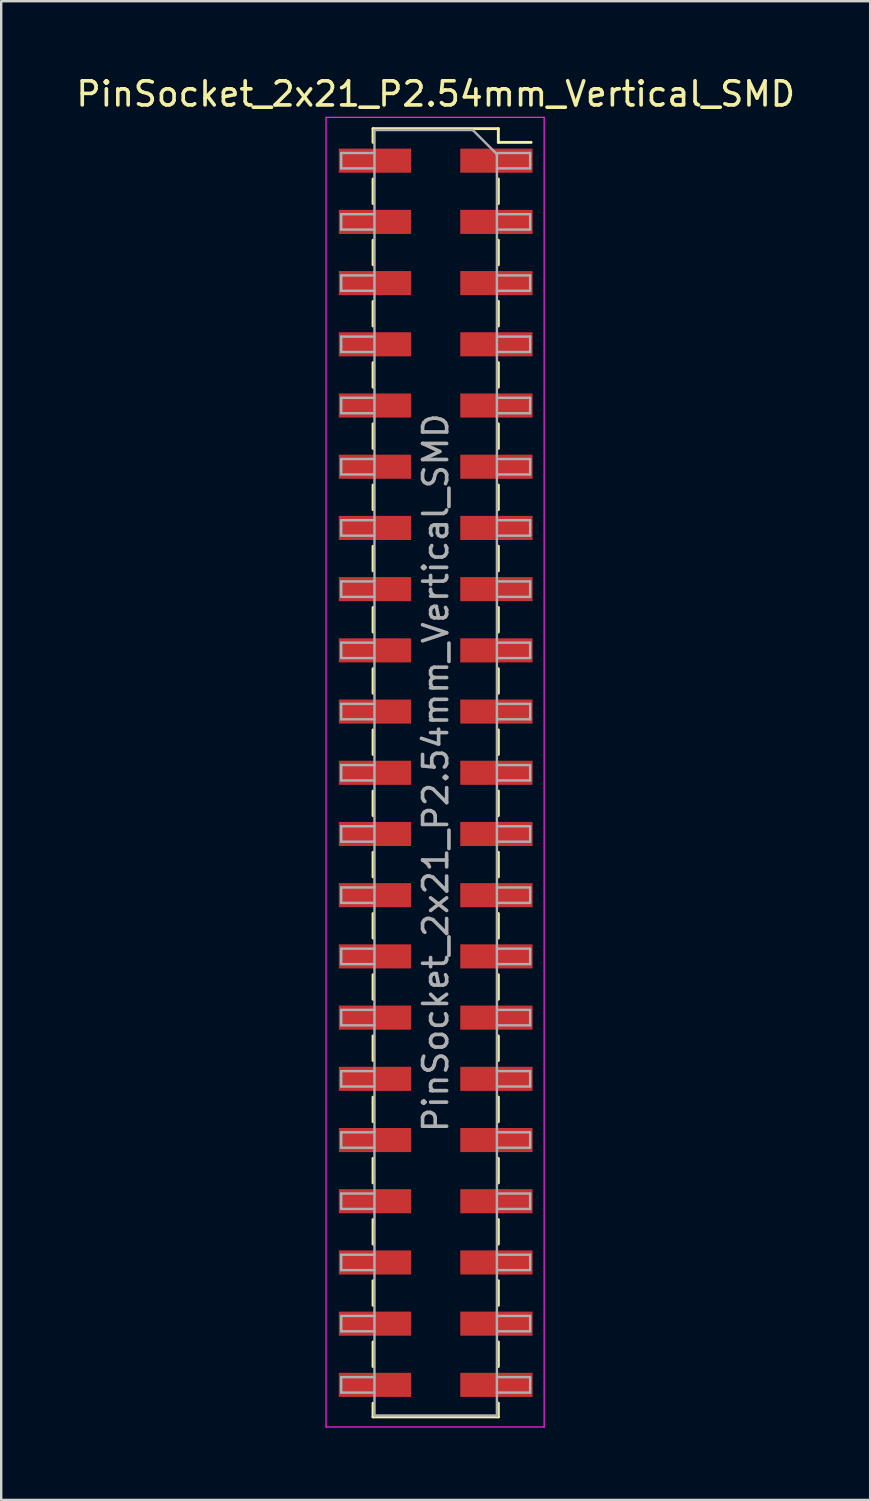
<source format=kicad_pcb>
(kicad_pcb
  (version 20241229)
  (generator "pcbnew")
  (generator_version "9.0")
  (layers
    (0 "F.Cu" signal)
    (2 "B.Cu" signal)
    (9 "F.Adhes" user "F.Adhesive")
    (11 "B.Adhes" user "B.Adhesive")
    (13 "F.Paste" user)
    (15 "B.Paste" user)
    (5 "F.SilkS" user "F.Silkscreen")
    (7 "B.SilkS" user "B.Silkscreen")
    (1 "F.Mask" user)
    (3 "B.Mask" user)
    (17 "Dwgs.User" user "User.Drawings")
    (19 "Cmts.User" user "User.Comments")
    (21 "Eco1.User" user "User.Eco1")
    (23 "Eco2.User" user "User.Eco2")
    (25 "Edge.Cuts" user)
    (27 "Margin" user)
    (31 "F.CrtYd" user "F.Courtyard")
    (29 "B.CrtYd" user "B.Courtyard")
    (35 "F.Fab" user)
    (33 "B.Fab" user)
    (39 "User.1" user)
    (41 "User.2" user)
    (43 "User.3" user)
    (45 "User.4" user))
  (footprint "PinSocket_2x21_P2.54mm_Vertical_SMD"
    (layer "F.Cu")
    (at 15.03 29.018)
    (property "Reference" "PinSocket_2x21_P2.54mm_Vertical_SMD" (at 0 -28.17 0) (layer "F.SilkS") (effects (font (size 1 1) (thickness 0.15))))
    (attr smd)
    (fp_line (start -2.6 -26.73) (end -2.6 -26.16) (stroke (width 0.12) (type solid)) (layer "F.SilkS"))
    (fp_line (start -2.6 -26.73) (end 2.6 -26.73) (stroke (width 0.12) (type solid)) (layer "F.SilkS"))
    (fp_line (start -2.6 -24.64) (end -2.6 -23.62) (stroke (width 0.12) (type solid)) (layer "F.SilkS"))
    (fp_line (start -2.6 -22.1) (end -2.6 -21.08) (stroke (width 0.12) (type solid)) (layer "F.SilkS"))
    (fp_line (start -2.6 -19.56) (end -2.6 -18.54) (stroke (width 0.12) (type solid)) (layer "F.SilkS"))
    (fp_line (start -2.6 -17.02) (end -2.6 -16) (stroke (width 0.12) (type solid)) (layer "F.SilkS"))
    (fp_line (start -2.6 -14.48) (end -2.6 -13.46) (stroke (width 0.12) (type solid)) (layer "F.SilkS"))
    (fp_line (start -2.6 -11.94) (end -2.6 -10.92) (stroke (width 0.12) (type solid)) (layer "F.SilkS"))
    (fp_line (start -2.6 -9.4) (end -2.6 -8.38) (stroke (width 0.12) (type solid)) (layer "F.SilkS"))
    (fp_line (start -2.6 -6.86) (end -2.6 -5.84) (stroke (width 0.12) (type solid)) (layer "F.SilkS"))
    (fp_line (start -2.6 -4.32) (end -2.6 -3.3) (stroke (width 0.12) (type solid)) (layer "F.SilkS"))
    (fp_line (start -2.6 -1.78) (end -2.6 -0.76) (stroke (width 0.12) (type solid)) (layer "F.SilkS"))
    (fp_line (start -2.6 0.76) (end -2.6 1.78) (stroke (width 0.12) (type solid)) (layer "F.SilkS"))
    (fp_line (start -2.6 3.3) (end -2.6 4.32) (stroke (width 0.12) (type solid)) (layer "F.SilkS"))
    (fp_line (start -2.6 5.84) (end -2.6 6.86) (stroke (width 0.12) (type solid)) (layer "F.SilkS"))
    (fp_line (start -2.6 8.38) (end -2.6 9.4) (stroke (width 0.12) (type solid)) (layer "F.SilkS"))
    (fp_line (start -2.6 10.92) (end -2.6 11.94) (stroke (width 0.12) (type solid)) (layer "F.SilkS"))
    (fp_line (start -2.6 13.46) (end -2.6 14.48) (stroke (width 0.12) (type solid)) (layer "F.SilkS"))
    (fp_line (start -2.6 16) (end -2.6 17.02) (stroke (width 0.12) (type solid)) (layer "F.SilkS"))
    (fp_line (start -2.6 18.54) (end -2.6 19.56) (stroke (width 0.12) (type solid)) (layer "F.SilkS"))
    (fp_line (start -2.6 21.08) (end -2.6 22.1) (stroke (width 0.12) (type solid)) (layer "F.SilkS"))
    (fp_line (start -2.6 23.62) (end -2.6 24.64) (stroke (width 0.12) (type solid)) (layer "F.SilkS"))
    (fp_line (start -2.6 26.16) (end -2.6 26.73) (stroke (width 0.12) (type solid)) (layer "F.SilkS"))
    (fp_line (start -2.6 26.73) (end 2.6 26.73) (stroke (width 0.12) (type solid)) (layer "F.SilkS"))
    (fp_line (start 2.6 -26.73) (end 2.6 -26.16) (stroke (width 0.12) (type solid)) (layer "F.SilkS"))
    (fp_line (start 2.6 -26.16) (end 3.96 -26.16) (stroke (width 0.12) (type solid)) (layer "F.SilkS"))
    (fp_line (start 2.6 -24.64) (end 2.6 -23.62) (stroke (width 0.12) (type solid)) (layer "F.SilkS"))
    (fp_line (start 2.6 -22.1) (end 2.6 -21.08) (stroke (width 0.12) (type solid)) (layer "F.SilkS"))
    (fp_line (start 2.6 -19.56) (end 2.6 -18.54) (stroke (width 0.12) (type solid)) (layer "F.SilkS"))
    (fp_line (start 2.6 -17.02) (end 2.6 -16) (stroke (width 0.12) (type solid)) (layer "F.SilkS"))
    (fp_line (start 2.6 -14.48) (end 2.6 -13.46) (stroke (width 0.12) (type solid)) (layer "F.SilkS"))
    (fp_line (start 2.6 -11.94) (end 2.6 -10.92) (stroke (width 0.12) (type solid)) (layer "F.SilkS"))
    (fp_line (start 2.6 -9.4) (end 2.6 -8.38) (stroke (width 0.12) (type solid)) (layer "F.SilkS"))
    (fp_line (start 2.6 -6.86) (end 2.6 -5.84) (stroke (width 0.12) (type solid)) (layer "F.SilkS"))
    (fp_line (start 2.6 -4.32) (end 2.6 -3.3) (stroke (width 0.12) (type solid)) (layer "F.SilkS"))
    (fp_line (start 2.6 -1.78) (end 2.6 -0.76) (stroke (width 0.12) (type solid)) (layer "F.SilkS"))
    (fp_line (start 2.6 0.76) (end 2.6 1.78) (stroke (width 0.12) (type solid)) (layer "F.SilkS"))
    (fp_line (start 2.6 3.3) (end 2.6 4.32) (stroke (width 0.12) (type solid)) (layer "F.SilkS"))
    (fp_line (start 2.6 5.84) (end 2.6 6.86) (stroke (width 0.12) (type solid)) (layer "F.SilkS"))
    (fp_line (start 2.6 8.38) (end 2.6 9.4) (stroke (width 0.12) (type solid)) (layer "F.SilkS"))
    (fp_line (start 2.6 10.92) (end 2.6 11.94) (stroke (width 0.12) (type solid)) (layer "F.SilkS"))
    (fp_line (start 2.6 13.46) (end 2.6 14.48) (stroke (width 0.12) (type solid)) (layer "F.SilkS"))
    (fp_line (start 2.6 16) (end 2.6 17.02) (stroke (width 0.12) (type solid)) (layer "F.SilkS"))
    (fp_line (start 2.6 18.54) (end 2.6 19.56) (stroke (width 0.12) (type solid)) (layer "F.SilkS"))
    (fp_line (start 2.6 21.08) (end 2.6 22.1) (stroke (width 0.12) (type solid)) (layer "F.SilkS"))
    (fp_line (start 2.6 23.62) (end 2.6 24.64) (stroke (width 0.12) (type solid)) (layer "F.SilkS"))
    (fp_line (start 2.6 26.16) (end 2.6 26.73) (stroke (width 0.12) (type solid)) (layer "F.SilkS"))
    (fp_line (start -4.55 -27.2) (end 4.5 -27.2) (stroke (width 0.05) (type solid)) (layer "F.CrtYd"))
    (fp_line (start -4.55 27.15) (end -4.55 -27.2) (stroke (width 0.05) (type solid)) (layer "F.CrtYd"))
    (fp_line (start 4.5 -27.2) (end 4.5 27.15) (stroke (width 0.05) (type solid)) (layer "F.CrtYd"))
    (fp_line (start 4.5 27.15) (end -4.55 27.15) (stroke (width 0.05) (type solid)) (layer "F.CrtYd"))
    (fp_line (start -3.92 -25.72) (end -2.54 -25.72) (stroke (width 0.1) (type solid)) (layer "F.Fab"))
    (fp_line (start -3.92 -25.08) (end -3.92 -25.72) (stroke (width 0.1) (type solid)) (layer "F.Fab"))
    (fp_line (start -3.92 -23.18) (end -2.54 -23.18) (stroke (width 0.1) (type solid)) (layer "F.Fab"))
    (fp_line (start -3.92 -22.54) (end -3.92 -23.18) (stroke (width 0.1) (type solid)) (layer "F.Fab"))
    (fp_line (start -3.92 -20.64) (end -2.54 -20.64) (stroke (width 0.1) (type solid)) (layer "F.Fab"))
    (fp_line (start -3.92 -20) (end -3.92 -20.64) (stroke (width 0.1) (type solid)) (layer "F.Fab"))
    (fp_line (start -3.92 -18.1) (end -2.54 -18.1) (stroke (width 0.1) (type solid)) (layer "F.Fab"))
    (fp_line (start -3.92 -17.46) (end -3.92 -18.1) (stroke (width 0.1) (type solid)) (layer "F.Fab"))
    (fp_line (start -3.92 -15.56) (end -2.54 -15.56) (stroke (width 0.1) (type solid)) (layer "F.Fab"))
    (fp_line (start -3.92 -14.92) (end -3.92 -15.56) (stroke (width 0.1) (type solid)) (layer "F.Fab"))
    (fp_line (start -3.92 -13.02) (end -2.54 -13.02) (stroke (width 0.1) (type solid)) (layer "F.Fab"))
    (fp_line (start -3.92 -12.38) (end -3.92 -13.02) (stroke (width 0.1) (type solid)) (layer "F.Fab"))
    (fp_line (start -3.92 -10.48) (end -2.54 -10.48) (stroke (width 0.1) (type solid)) (layer "F.Fab"))
    (fp_line (start -3.92 -9.84) (end -3.92 -10.48) (stroke (width 0.1) (type solid)) (layer "F.Fab"))
    (fp_line (start -3.92 -7.94) (end -2.54 -7.94) (stroke (width 0.1) (type solid)) (layer "F.Fab"))
    (fp_line (start -3.92 -7.3) (end -3.92 -7.94) (stroke (width 0.1) (type solid)) (layer "F.Fab"))
    (fp_line (start -3.92 -5.4) (end -2.54 -5.4) (stroke (width 0.1) (type solid)) (layer "F.Fab"))
    (fp_line (start -3.92 -4.76) (end -3.92 -5.4) (stroke (width 0.1) (type solid)) (layer "F.Fab"))
    (fp_line (start -3.92 -2.86) (end -2.54 -2.86) (stroke (width 0.1) (type solid)) (layer "F.Fab"))
    (fp_line (start -3.92 -2.22) (end -3.92 -2.86) (stroke (width 0.1) (type solid)) (layer "F.Fab"))
    (fp_line (start -3.92 -0.32) (end -2.54 -0.32) (stroke (width 0.1) (type solid)) (layer "F.Fab"))
    (fp_line (start -3.92 0.32) (end -3.92 -0.32) (stroke (width 0.1) (type solid)) (layer "F.Fab"))
    (fp_line (start -3.92 2.22) (end -2.54 2.22) (stroke (width 0.1) (type solid)) (layer "F.Fab"))
    (fp_line (start -3.92 2.86) (end -3.92 2.22) (stroke (width 0.1) (type solid)) (layer "F.Fab"))
    (fp_line (start -3.92 4.76) (end -2.54 4.76) (stroke (width 0.1) (type solid)) (layer "F.Fab"))
    (fp_line (start -3.92 5.4) (end -3.92 4.76) (stroke (width 0.1) (type solid)) (layer "F.Fab"))
    (fp_line (start -3.92 7.3) (end -2.54 7.3) (stroke (width 0.1) (type solid)) (layer "F.Fab"))
    (fp_line (start -3.92 7.94) (end -3.92 7.3) (stroke (width 0.1) (type solid)) (layer "F.Fab"))
    (fp_line (start -3.92 9.84) (end -2.54 9.84) (stroke (width 0.1) (type solid)) (layer "F.Fab"))
    (fp_line (start -3.92 10.48) (end -3.92 9.84) (stroke (width 0.1) (type solid)) (layer "F.Fab"))
    (fp_line (start -3.92 12.38) (end -2.54 12.38) (stroke (width 0.1) (type solid)) (layer "F.Fab"))
    (fp_line (start -3.92 13.02) (end -3.92 12.38) (stroke (width 0.1) (type solid)) (layer "F.Fab"))
    (fp_line (start -3.92 14.92) (end -2.54 14.92) (stroke (width 0.1) (type solid)) (layer "F.Fab"))
    (fp_line (start -3.92 15.56) (end -3.92 14.92) (stroke (width 0.1) (type solid)) (layer "F.Fab"))
    (fp_line (start -3.92 17.46) (end -2.54 17.46) (stroke (width 0.1) (type solid)) (layer "F.Fab"))
    (fp_line (start -3.92 18.1) (end -3.92 17.46) (stroke (width 0.1) (type solid)) (layer "F.Fab"))
    (fp_line (start -3.92 20) (end -2.54 20) (stroke (width 0.1) (type solid)) (layer "F.Fab"))
    (fp_line (start -3.92 20.64) (end -3.92 20) (stroke (width 0.1) (type solid)) (layer "F.Fab"))
    (fp_line (start -3.92 22.54) (end -2.54 22.54) (stroke (width 0.1) (type solid)) (layer "F.Fab"))
    (fp_line (start -3.92 23.18) (end -3.92 22.54) (stroke (width 0.1) (type solid)) (layer "F.Fab"))
    (fp_line (start -3.92 25.08) (end -2.54 25.08) (stroke (width 0.1) (type solid)) (layer "F.Fab"))
    (fp_line (start -3.92 25.72) (end -3.92 25.08) (stroke (width 0.1) (type solid)) (layer "F.Fab"))
    (fp_line (start -2.54 -26.67) (end 1.54 -26.67) (stroke (width 0.1) (type solid)) (layer "F.Fab"))
    (fp_line (start -2.54 -25.08) (end -3.92 -25.08) (stroke (width 0.1) (type solid)) (layer "F.Fab"))
    (fp_line (start -2.54 -22.54) (end -3.92 -22.54) (stroke (width 0.1) (type solid)) (layer "F.Fab"))
    (fp_line (start -2.54 -20) (end -3.92 -20) (stroke (width 0.1) (type solid)) (layer "F.Fab"))
    (fp_line (start -2.54 -17.46) (end -3.92 -17.46) (stroke (width 0.1) (type solid)) (layer "F.Fab"))
    (fp_line (start -2.54 -14.92) (end -3.92 -14.92) (stroke (width 0.1) (type solid)) (layer "F.Fab"))
    (fp_line (start -2.54 -12.38) (end -3.92 -12.38) (stroke (width 0.1) (type solid)) (layer "F.Fab"))
    (fp_line (start -2.54 -9.84) (end -3.92 -9.84) (stroke (width 0.1) (type solid)) (layer "F.Fab"))
    (fp_line (start -2.54 -7.3) (end -3.92 -7.3) (stroke (width 0.1) (type solid)) (layer "F.Fab"))
    (fp_line (start -2.54 -4.76) (end -3.92 -4.76) (stroke (width 0.1) (type solid)) (layer "F.Fab"))
    (fp_line (start -2.54 -2.22) (end -3.92 -2.22) (stroke (width 0.1) (type solid)) (layer "F.Fab"))
    (fp_line (start -2.54 0.32) (end -3.92 0.32) (stroke (width 0.1) (type solid)) (layer "F.Fab"))
    (fp_line (start -2.54 2.86) (end -3.92 2.86) (stroke (width 0.1) (type solid)) (layer "F.Fab"))
    (fp_line (start -2.54 5.4) (end -3.92 5.4) (stroke (width 0.1) (type solid)) (layer "F.Fab"))
    (fp_line (start -2.54 7.94) (end -3.92 7.94) (stroke (width 0.1) (type solid)) (layer "F.Fab"))
    (fp_line (start -2.54 10.48) (end -3.92 10.48) (stroke (width 0.1) (type solid)) (layer "F.Fab"))
    (fp_line (start -2.54 13.02) (end -3.92 13.02) (stroke (width 0.1) (type solid)) (layer "F.Fab"))
    (fp_line (start -2.54 15.56) (end -3.92 15.56) (stroke (width 0.1) (type solid)) (layer "F.Fab"))
    (fp_line (start -2.54 18.1) (end -3.92 18.1) (stroke (width 0.1) (type solid)) (layer "F.Fab"))
    (fp_line (start -2.54 20.64) (end -3.92 20.64) (stroke (width 0.1) (type solid)) (layer "F.Fab"))
    (fp_line (start -2.54 23.18) (end -3.92 23.18) (stroke (width 0.1) (type solid)) (layer "F.Fab"))
    (fp_line (start -2.54 25.72) (end -3.92 25.72) (stroke (width 0.1) (type solid)) (layer "F.Fab"))
    (fp_line (start -2.54 26.67) (end -2.54 -26.67) (stroke (width 0.1) (type solid)) (layer "F.Fab"))
    (fp_line (start 1.54 -26.67) (end 2.54 -25.67) (stroke (width 0.1) (type solid)) (layer "F.Fab"))
    (fp_line (start 2.54 -25.72) (end 3.92 -25.72) (stroke (width 0.1) (type solid)) (layer "F.Fab"))
    (fp_line (start 2.54 -25.67) (end 2.54 26.67) (stroke (width 0.1) (type solid)) (layer "F.Fab"))
    (fp_line (start 2.54 -23.18) (end 3.92 -23.18) (stroke (width 0.1) (type solid)) (layer "F.Fab"))
    (fp_line (start 2.54 -20.64) (end 3.92 -20.64) (stroke (width 0.1) (type solid)) (layer "F.Fab"))
    (fp_line (start 2.54 -18.1) (end 3.92 -18.1) (stroke (width 0.1) (type solid)) (layer "F.Fab"))
    (fp_line (start 2.54 -15.56) (end 3.92 -15.56) (stroke (width 0.1) (type solid)) (layer "F.Fab"))
    (fp_line (start 2.54 -13.02) (end 3.92 -13.02) (stroke (width 0.1) (type solid)) (layer "F.Fab"))
    (fp_line (start 2.54 -10.48) (end 3.92 -10.48) (stroke (width 0.1) (type solid)) (layer "F.Fab"))
    (fp_line (start 2.54 -7.94) (end 3.92 -7.94) (stroke (width 0.1) (type solid)) (layer "F.Fab"))
    (fp_line (start 2.54 -5.4) (end 3.92 -5.4) (stroke (width 0.1) (type solid)) (layer "F.Fab"))
    (fp_line (start 2.54 -2.86) (end 3.92 -2.86) (stroke (width 0.1) (type solid)) (layer "F.Fab"))
    (fp_line (start 2.54 -0.32) (end 3.92 -0.32) (stroke (width 0.1) (type solid)) (layer "F.Fab"))
    (fp_line (start 2.54 2.22) (end 3.92 2.22) (stroke (width 0.1) (type solid)) (layer "F.Fab"))
    (fp_line (start 2.54 4.76) (end 3.92 4.76) (stroke (width 0.1) (type solid)) (layer "F.Fab"))
    (fp_line (start 2.54 7.3) (end 3.92 7.3) (stroke (width 0.1) (type solid)) (layer "F.Fab"))
    (fp_line (start 2.54 9.84) (end 3.92 9.84) (stroke (width 0.1) (type solid)) (layer "F.Fab"))
    (fp_line (start 2.54 12.38) (end 3.92 12.38) (stroke (width 0.1) (type solid)) (layer "F.Fab"))
    (fp_line (start 2.54 14.92) (end 3.92 14.92) (stroke (width 0.1) (type solid)) (layer "F.Fab"))
    (fp_line (start 2.54 17.46) (end 3.92 17.46) (stroke (width 0.1) (type solid)) (layer "F.Fab"))
    (fp_line (start 2.54 20) (end 3.92 20) (stroke (width 0.1) (type solid)) (layer "F.Fab"))
    (fp_line (start 2.54 22.54) (end 3.92 22.54) (stroke (width 0.1) (type solid)) (layer "F.Fab"))
    (fp_line (start 2.54 25.08) (end 3.92 25.08) (stroke (width 0.1) (type solid)) (layer "F.Fab"))
    (fp_line (start 2.54 26.67) (end -2.54 26.67) (stroke (width 0.1) (type solid)) (layer "F.Fab"))
    (fp_line (start 3.92 -25.72) (end 3.92 -25.08) (stroke (width 0.1) (type solid)) (layer "F.Fab"))
    (fp_line (start 3.92 -25.08) (end 2.54 -25.08) (stroke (width 0.1) (type solid)) (layer "F.Fab"))
    (fp_line (start 3.92 -23.18) (end 3.92 -22.54) (stroke (width 0.1) (type solid)) (layer "F.Fab"))
    (fp_line (start 3.92 -22.54) (end 2.54 -22.54) (stroke (width 0.1) (type solid)) (layer "F.Fab"))
    (fp_line (start 3.92 -20.64) (end 3.92 -20) (stroke (width 0.1) (type solid)) (layer "F.Fab"))
    (fp_line (start 3.92 -20) (end 2.54 -20) (stroke (width 0.1) (type solid)) (layer "F.Fab"))
    (fp_line (start 3.92 -18.1) (end 3.92 -17.46) (stroke (width 0.1) (type solid)) (layer "F.Fab"))
    (fp_line (start 3.92 -17.46) (end 2.54 -17.46) (stroke (width 0.1) (type solid)) (layer "F.Fab"))
    (fp_line (start 3.92 -15.56) (end 3.92 -14.92) (stroke (width 0.1) (type solid)) (layer "F.Fab"))
    (fp_line (start 3.92 -14.92) (end 2.54 -14.92) (stroke (width 0.1) (type solid)) (layer "F.Fab"))
    (fp_line (start 3.92 -13.02) (end 3.92 -12.38) (stroke (width 0.1) (type solid)) (layer "F.Fab"))
    (fp_line (start 3.92 -12.38) (end 2.54 -12.38) (stroke (width 0.1) (type solid)) (layer "F.Fab"))
    (fp_line (start 3.92 -10.48) (end 3.92 -9.84) (stroke (width 0.1) (type solid)) (layer "F.Fab"))
    (fp_line (start 3.92 -9.84) (end 2.54 -9.84) (stroke (width 0.1) (type solid)) (layer "F.Fab"))
    (fp_line (start 3.92 -7.94) (end 3.92 -7.3) (stroke (width 0.1) (type solid)) (layer "F.Fab"))
    (fp_line (start 3.92 -7.3) (end 2.54 -7.3) (stroke (width 0.1) (type solid)) (layer "F.Fab"))
    (fp_line (start 3.92 -5.4) (end 3.92 -4.76) (stroke (width 0.1) (type solid)) (layer "F.Fab"))
    (fp_line (start 3.92 -4.76) (end 2.54 -4.76) (stroke (width 0.1) (type solid)) (layer "F.Fab"))
    (fp_line (start 3.92 -2.86) (end 3.92 -2.22) (stroke (width 0.1) (type solid)) (layer "F.Fab"))
    (fp_line (start 3.92 -2.22) (end 2.54 -2.22) (stroke (width 0.1) (type solid)) (layer "F.Fab"))
    (fp_line (start 3.92 -0.32) (end 3.92 0.32) (stroke (width 0.1) (type solid)) (layer "F.Fab"))
    (fp_line (start 3.92 0.32) (end 2.54 0.32) (stroke (width 0.1) (type solid)) (layer "F.Fab"))
    (fp_line (start 3.92 2.22) (end 3.92 2.86) (stroke (width 0.1) (type solid)) (layer "F.Fab"))
    (fp_line (start 3.92 2.86) (end 2.54 2.86) (stroke (width 0.1) (type solid)) (layer "F.Fab"))
    (fp_line (start 3.92 4.76) (end 3.92 5.4) (stroke (width 0.1) (type solid)) (layer "F.Fab"))
    (fp_line (start 3.92 5.4) (end 2.54 5.4) (stroke (width 0.1) (type solid)) (layer "F.Fab"))
    (fp_line (start 3.92 7.3) (end 3.92 7.94) (stroke (width 0.1) (type solid)) (layer "F.Fab"))
    (fp_line (start 3.92 7.94) (end 2.54 7.94) (stroke (width 0.1) (type solid)) (layer "F.Fab"))
    (fp_line (start 3.92 9.84) (end 3.92 10.48) (stroke (width 0.1) (type solid)) (layer "F.Fab"))
    (fp_line (start 3.92 10.48) (end 2.54 10.48) (stroke (width 0.1) (type solid)) (layer "F.Fab"))
    (fp_line (start 3.92 12.38) (end 3.92 13.02) (stroke (width 0.1) (type solid)) (layer "F.Fab"))
    (fp_line (start 3.92 13.02) (end 2.54 13.02) (stroke (width 0.1) (type solid)) (layer "F.Fab"))
    (fp_line (start 3.92 14.92) (end 3.92 15.56) (stroke (width 0.1) (type solid)) (layer "F.Fab"))
    (fp_line (start 3.92 15.56) (end 2.54 15.56) (stroke (width 0.1) (type solid)) (layer "F.Fab"))
    (fp_line (start 3.92 17.46) (end 3.92 18.1) (stroke (width 0.1) (type solid)) (layer "F.Fab"))
    (fp_line (start 3.92 18.1) (end 2.54 18.1) (stroke (width 0.1) (type solid)) (layer "F.Fab"))
    (fp_line (start 3.92 20) (end 3.92 20.64) (stroke (width 0.1) (type solid)) (layer "F.Fab"))
    (fp_line (start 3.92 20.64) (end 2.54 20.64) (stroke (width 0.1) (type solid)) (layer "F.Fab"))
    (fp_line (start 3.92 22.54) (end 3.92 23.18) (stroke (width 0.1) (type solid)) (layer "F.Fab"))
    (fp_line (start 3.92 23.18) (end 2.54 23.18) (stroke (width 0.1) (type solid)) (layer "F.Fab"))
    (fp_line (start 3.92 25.08) (end 3.92 25.72) (stroke (width 0.1) (type solid)) (layer "F.Fab"))
    (fp_line (start 3.92 25.72) (end 2.54 25.72) (stroke (width 0.1) (type solid)) (layer "F.Fab"))
    (fp_text user "${REFERENCE}" (at 0 0 90) (layer "F.Fab") (effects (font (size 1 1) (thickness 0.15))))
    (pad "1" smd rect (at 2.52 -25.4) (size 3 1) (layers "F.Cu" "F.Mask" "F.Paste"))
    (pad "2" smd rect (at -2.52 -25.4) (size 3 1) (layers "F.Cu" "F.Mask" "F.Paste"))
    (pad "3" smd rect (at 2.52 -22.86) (size 3 1) (layers "F.Cu" "F.Mask" "F.Paste"))
    (pad "4" smd rect (at -2.52 -22.86) (size 3 1) (layers "F.Cu" "F.Mask" "F.Paste"))
    (pad "5" smd rect (at 2.52 -20.32) (size 3 1) (layers "F.Cu" "F.Mask" "F.Paste"))
    (pad "6" smd rect (at -2.52 -20.32) (size 3 1) (layers "F.Cu" "F.Mask" "F.Paste"))
    (pad "7" smd rect (at 2.52 -17.78) (size 3 1) (layers "F.Cu" "F.Mask" "F.Paste"))
    (pad "8" smd rect (at -2.52 -17.78) (size 3 1) (layers "F.Cu" "F.Mask" "F.Paste"))
    (pad "9" smd rect (at 2.52 -15.24) (size 3 1) (layers "F.Cu" "F.Mask" "F.Paste"))
    (pad "10" smd rect (at -2.52 -15.24) (size 3 1) (layers "F.Cu" "F.Mask" "F.Paste"))
    (pad "11" smd rect (at 2.52 -12.7) (size 3 1) (layers "F.Cu" "F.Mask" "F.Paste"))
    (pad "12" smd rect (at -2.52 -12.7) (size 3 1) (layers "F.Cu" "F.Mask" "F.Paste"))
    (pad "13" smd rect (at 2.52 -10.16) (size 3 1) (layers "F.Cu" "F.Mask" "F.Paste"))
    (pad "14" smd rect (at -2.52 -10.16) (size 3 1) (layers "F.Cu" "F.Mask" "F.Paste"))
    (pad "15" smd rect (at 2.52 -7.62) (size 3 1) (layers "F.Cu" "F.Mask" "F.Paste"))
    (pad "16" smd rect (at -2.52 -7.62) (size 3 1) (layers "F.Cu" "F.Mask" "F.Paste"))
    (pad "17" smd rect (at 2.52 -5.08) (size 3 1) (layers "F.Cu" "F.Mask" "F.Paste"))
    (pad "18" smd rect (at -2.52 -5.08) (size 3 1) (layers "F.Cu" "F.Mask" "F.Paste"))
    (pad "19" smd rect (at 2.52 -2.54) (size 3 1) (layers "F.Cu" "F.Mask" "F.Paste"))
    (pad "20" smd rect (at -2.52 -2.54) (size 3 1) (layers "F.Cu" "F.Mask" "F.Paste"))
    (pad "21" smd rect (at 2.52 0) (size 3 1) (layers "F.Cu" "F.Mask" "F.Paste"))
    (pad "22" smd rect (at -2.52 0) (size 3 1) (layers "F.Cu" "F.Mask" "F.Paste"))
    (pad "23" smd rect (at 2.52 2.54) (size 3 1) (layers "F.Cu" "F.Mask" "F.Paste"))
    (pad "24" smd rect (at -2.52 2.54) (size 3 1) (layers "F.Cu" "F.Mask" "F.Paste"))
    (pad "25" smd rect (at 2.52 5.08) (size 3 1) (layers "F.Cu" "F.Mask" "F.Paste"))
    (pad "26" smd rect (at -2.52 5.08) (size 3 1) (layers "F.Cu" "F.Mask" "F.Paste"))
    (pad "27" smd rect (at 2.52 7.62) (size 3 1) (layers "F.Cu" "F.Mask" "F.Paste"))
    (pad "28" smd rect (at -2.52 7.62) (size 3 1) (layers "F.Cu" "F.Mask" "F.Paste"))
    (pad "29" smd rect (at 2.52 10.16) (size 3 1) (layers "F.Cu" "F.Mask" "F.Paste"))
    (pad "30" smd rect (at -2.52 10.16) (size 3 1) (layers "F.Cu" "F.Mask" "F.Paste"))
    (pad "31" smd rect (at 2.52 12.7) (size 3 1) (layers "F.Cu" "F.Mask" "F.Paste"))
    (pad "32" smd rect (at -2.52 12.7) (size 3 1) (layers "F.Cu" "F.Mask" "F.Paste"))
    (pad "33" smd rect (at 2.52 15.24) (size 3 1) (layers "F.Cu" "F.Mask" "F.Paste"))
    (pad "34" smd rect (at -2.52 15.24) (size 3 1) (layers "F.Cu" "F.Mask" "F.Paste"))
    (pad "35" smd rect (at 2.52 17.78) (size 3 1) (layers "F.Cu" "F.Mask" "F.Paste"))
    (pad "36" smd rect (at -2.52 17.78) (size 3 1) (layers "F.Cu" "F.Mask" "F.Paste"))
    (pad "37" smd rect (at 2.52 20.32) (size 3 1) (layers "F.Cu" "F.Mask" "F.Paste"))
    (pad "38" smd rect (at -2.52 20.32) (size 3 1) (layers "F.Cu" "F.Mask" "F.Paste"))
    (pad "39" smd rect (at 2.52 22.86) (size 3 1) (layers "F.Cu" "F.Mask" "F.Paste"))
    (pad "40" smd rect (at -2.52 22.86) (size 3 1) (layers "F.Cu" "F.Mask" "F.Paste"))
    (pad "41" smd rect (at 2.52 25.4) (size 3 1) (layers "F.Cu" "F.Mask" "F.Paste"))
    (pad "42" smd rect (at -2.52 25.4) (size 3 1) (layers "F.Cu" "F.Mask" "F.Paste")))
  (gr_rect
    (start -3 -3)
    (end 33.06 59.193)
    (stroke (width 0.1) (type default))
    (fill no)
    (layer "Edge.Cuts")))
</source>
